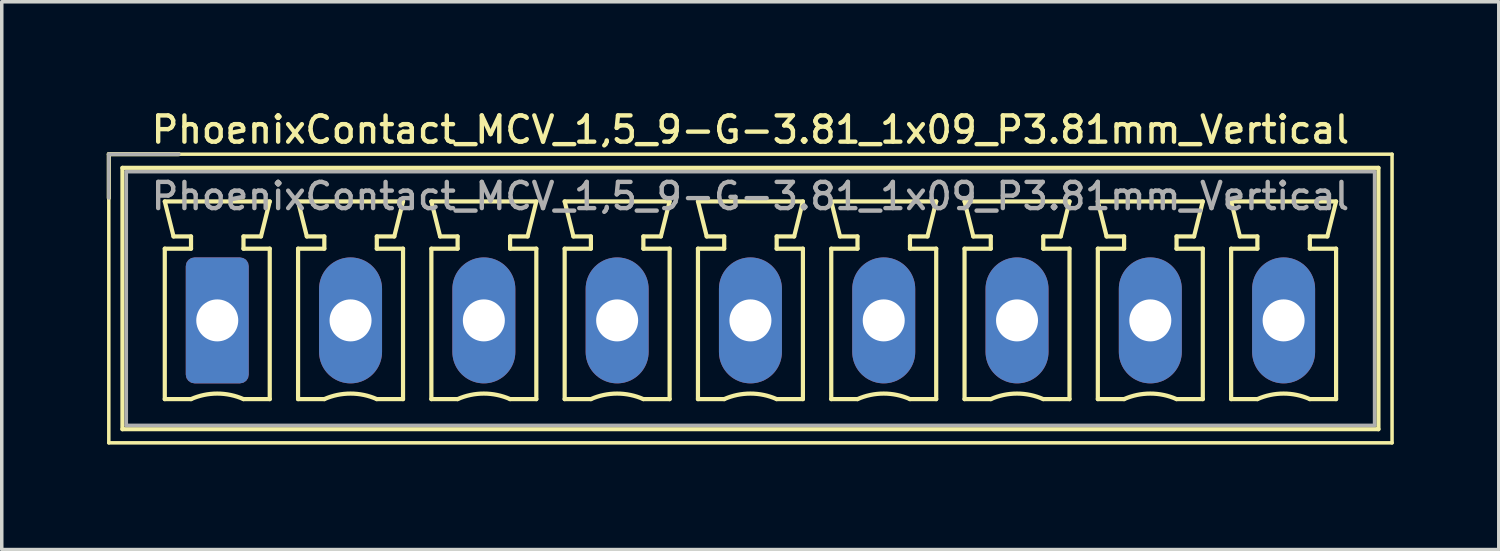
<source format=kicad_pcb>
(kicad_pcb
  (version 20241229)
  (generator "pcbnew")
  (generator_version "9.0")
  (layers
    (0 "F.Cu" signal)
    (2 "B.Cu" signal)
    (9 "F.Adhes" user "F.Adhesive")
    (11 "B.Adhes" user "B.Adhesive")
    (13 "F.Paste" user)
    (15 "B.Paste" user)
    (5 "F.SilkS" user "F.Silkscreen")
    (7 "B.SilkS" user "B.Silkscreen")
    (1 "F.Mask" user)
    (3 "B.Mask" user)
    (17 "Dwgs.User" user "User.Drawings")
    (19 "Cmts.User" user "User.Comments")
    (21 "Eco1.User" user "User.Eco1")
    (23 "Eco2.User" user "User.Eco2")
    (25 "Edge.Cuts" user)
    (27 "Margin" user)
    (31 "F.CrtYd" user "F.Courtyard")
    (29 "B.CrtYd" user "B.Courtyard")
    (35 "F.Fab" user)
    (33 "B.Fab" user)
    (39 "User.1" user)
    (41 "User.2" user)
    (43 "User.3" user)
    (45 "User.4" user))
  (footprint "PhoenixContact_MCV_1,5_9-G-3.81_1x09_P3.81mm_Vertical"
    (layer "F.Cu")
    (at 3.16 6.108)
    (property "Reference" "PhoenixContact_MCV_1,5_9-G-3.81_1x09_P3.81mm_Vertical" (at 15.24 -5.45 0) (layer "F.SilkS") (effects (font (size 0.75 0.75) (thickness 0.125))))
    (attr through_hole)
    (fp_line (start -3.1 -4.75) (end -3.1 3.5) (stroke (width 0.1) (type solid)) (layer "F.SilkS"))
    (fp_line (start -3.1 -4.75) (end -1.1 -4.75) (stroke (width 0.12) (type solid)) (layer "F.SilkS"))
    (fp_line (start -3.1 -3.5) (end -3.1 -4.75) (stroke (width 0.12) (type solid)) (layer "F.SilkS"))
    (fp_line (start -3.1 3.5) (end 33.58 3.5) (stroke (width 0.1) (type solid)) (layer "F.SilkS"))
    (fp_line (start -2.71 -4.36) (end -2.71 3.11) (stroke (width 0.12) (type solid)) (layer "F.SilkS"))
    (fp_line (start -2.71 3.11) (end 33.19 3.11) (stroke (width 0.12) (type solid)) (layer "F.SilkS"))
    (fp_line (start -1.5 -3.4) (end 1.5 -3.4) (stroke (width 0.12) (type solid)) (layer "F.SilkS"))
    (fp_line (start -1.5 -2.05) (end -0.75 -2.05) (stroke (width 0.12) (type solid)) (layer "F.SilkS"))
    (fp_line (start -1.5 2.25) (end -1.5 -2.05) (stroke (width 0.12) (type solid)) (layer "F.SilkS"))
    (fp_line (start -1.25 -2.4) (end -1.5 -3.4) (stroke (width 0.12) (type solid)) (layer "F.SilkS"))
    (fp_line (start -0.75 -2.4) (end -1.25 -2.4) (stroke (width 0.12) (type solid)) (layer "F.SilkS"))
    (fp_line (start -0.75 -2.05) (end -0.75 -2.4) (stroke (width 0.12) (type solid)) (layer "F.SilkS"))
    (fp_line (start -0.75 2.25) (end -1.5 2.25) (stroke (width 0.12) (type solid)) (layer "F.SilkS"))
    (fp_line (start 0.75 -2.4) (end 0.75 -2.05) (stroke (width 0.12) (type solid)) (layer "F.SilkS"))
    (fp_line (start 0.75 -2.05) (end 1.5 -2.05) (stroke (width 0.12) (type solid)) (layer "F.SilkS"))
    (fp_line (start 1.25 -2.4) (end 0.75 -2.4) (stroke (width 0.12) (type solid)) (layer "F.SilkS"))
    (fp_line (start 1.5 -3.4) (end 1.25 -2.4) (stroke (width 0.12) (type solid)) (layer "F.SilkS"))
    (fp_line (start 1.5 -2.05) (end 1.5 2.25) (stroke (width 0.12) (type solid)) (layer "F.SilkS"))
    (fp_line (start 1.5 2.25) (end 0.75 2.25) (stroke (width 0.12) (type solid)) (layer "F.SilkS"))
    (fp_line (start 2.31 -3.4) (end 5.31 -3.4) (stroke (width 0.12) (type solid)) (layer "F.SilkS"))
    (fp_line (start 2.31 -2.05) (end 3.06 -2.05) (stroke (width 0.12) (type solid)) (layer "F.SilkS"))
    (fp_line (start 2.31 2.25) (end 2.31 -2.05) (stroke (width 0.12) (type solid)) (layer "F.SilkS"))
    (fp_line (start 2.56 -2.4) (end 2.31 -3.4) (stroke (width 0.12) (type solid)) (layer "F.SilkS"))
    (fp_line (start 3.06 -2.4) (end 2.56 -2.4) (stroke (width 0.12) (type solid)) (layer "F.SilkS"))
    (fp_line (start 3.06 -2.05) (end 3.06 -2.4) (stroke (width 0.12) (type solid)) (layer "F.SilkS"))
    (fp_line (start 3.06 2.25) (end 2.31 2.25) (stroke (width 0.12) (type solid)) (layer "F.SilkS"))
    (fp_line (start 4.56 -2.4) (end 4.56 -2.05) (stroke (width 0.12) (type solid)) (layer "F.SilkS"))
    (fp_line (start 4.56 -2.05) (end 5.31 -2.05) (stroke (width 0.12) (type solid)) (layer "F.SilkS"))
    (fp_line (start 5.06 -2.4) (end 4.56 -2.4) (stroke (width 0.12) (type solid)) (layer "F.SilkS"))
    (fp_line (start 5.31 -3.4) (end 5.06 -2.4) (stroke (width 0.12) (type solid)) (layer "F.SilkS"))
    (fp_line (start 5.31 -2.05) (end 5.31 2.25) (stroke (width 0.12) (type solid)) (layer "F.SilkS"))
    (fp_line (start 5.31 2.25) (end 4.56 2.25) (stroke (width 0.12) (type solid)) (layer "F.SilkS"))
    (fp_line (start 6.12 -3.4) (end 9.12 -3.4) (stroke (width 0.12) (type solid)) (layer "F.SilkS"))
    (fp_line (start 6.12 -2.05) (end 6.87 -2.05) (stroke (width 0.12) (type solid)) (layer "F.SilkS"))
    (fp_line (start 6.12 2.25) (end 6.12 -2.05) (stroke (width 0.12) (type solid)) (layer "F.SilkS"))
    (fp_line (start 6.37 -2.4) (end 6.12 -3.4) (stroke (width 0.12) (type solid)) (layer "F.SilkS"))
    (fp_line (start 6.87 -2.4) (end 6.37 -2.4) (stroke (width 0.12) (type solid)) (layer "F.SilkS"))
    (fp_line (start 6.87 -2.05) (end 6.87 -2.4) (stroke (width 0.12) (type solid)) (layer "F.SilkS"))
    (fp_line (start 6.87 2.25) (end 6.12 2.25) (stroke (width 0.12) (type solid)) (layer "F.SilkS"))
    (fp_line (start 8.37 -2.4) (end 8.37 -2.05) (stroke (width 0.12) (type solid)) (layer "F.SilkS"))
    (fp_line (start 8.37 -2.05) (end 9.12 -2.05) (stroke (width 0.12) (type solid)) (layer "F.SilkS"))
    (fp_line (start 8.87 -2.4) (end 8.37 -2.4) (stroke (width 0.12) (type solid)) (layer "F.SilkS"))
    (fp_line (start 9.12 -3.4) (end 8.87 -2.4) (stroke (width 0.12) (type solid)) (layer "F.SilkS"))
    (fp_line (start 9.12 -2.05) (end 9.12 2.25) (stroke (width 0.12) (type solid)) (layer "F.SilkS"))
    (fp_line (start 9.12 2.25) (end 8.37 2.25) (stroke (width 0.12) (type solid)) (layer "F.SilkS"))
    (fp_line (start 9.93 -3.4) (end 12.93 -3.4) (stroke (width 0.12) (type solid)) (layer "F.SilkS"))
    (fp_line (start 9.93 -2.05) (end 10.68 -2.05) (stroke (width 0.12) (type solid)) (layer "F.SilkS"))
    (fp_line (start 9.93 2.25) (end 9.93 -2.05) (stroke (width 0.12) (type solid)) (layer "F.SilkS"))
    (fp_line (start 10.18 -2.4) (end 9.93 -3.4) (stroke (width 0.12) (type solid)) (layer "F.SilkS"))
    (fp_line (start 10.68 -2.4) (end 10.18 -2.4) (stroke (width 0.12) (type solid)) (layer "F.SilkS"))
    (fp_line (start 10.68 -2.05) (end 10.68 -2.4) (stroke (width 0.12) (type solid)) (layer "F.SilkS"))
    (fp_line (start 10.68 2.25) (end 9.93 2.25) (stroke (width 0.12) (type solid)) (layer "F.SilkS"))
    (fp_line (start 12.18 -2.4) (end 12.18 -2.05) (stroke (width 0.12) (type solid)) (layer "F.SilkS"))
    (fp_line (start 12.18 -2.05) (end 12.93 -2.05) (stroke (width 0.12) (type solid)) (layer "F.SilkS"))
    (fp_line (start 12.68 -2.4) (end 12.18 -2.4) (stroke (width 0.12) (type solid)) (layer "F.SilkS"))
    (fp_line (start 12.93 -3.4) (end 12.68 -2.4) (stroke (width 0.12) (type solid)) (layer "F.SilkS"))
    (fp_line (start 12.93 -2.05) (end 12.93 2.25) (stroke (width 0.12) (type solid)) (layer "F.SilkS"))
    (fp_line (start 12.93 2.25) (end 12.18 2.25) (stroke (width 0.12) (type solid)) (layer "F.SilkS"))
    (fp_line (start 13.74 -3.4) (end 16.74 -3.4) (stroke (width 0.12) (type solid)) (layer "F.SilkS"))
    (fp_line (start 13.74 -2.05) (end 14.49 -2.05) (stroke (width 0.12) (type solid)) (layer "F.SilkS"))
    (fp_line (start 13.74 2.25) (end 13.74 -2.05) (stroke (width 0.12) (type solid)) (layer "F.SilkS"))
    (fp_line (start 13.99 -2.4) (end 13.74 -3.4) (stroke (width 0.12) (type solid)) (layer "F.SilkS"))
    (fp_line (start 14.49 -2.4) (end 13.99 -2.4) (stroke (width 0.12) (type solid)) (layer "F.SilkS"))
    (fp_line (start 14.49 -2.05) (end 14.49 -2.4) (stroke (width 0.12) (type solid)) (layer "F.SilkS"))
    (fp_line (start 14.49 2.25) (end 13.74 2.25) (stroke (width 0.12) (type solid)) (layer "F.SilkS"))
    (fp_line (start 15.99 -2.4) (end 15.99 -2.05) (stroke (width 0.12) (type solid)) (layer "F.SilkS"))
    (fp_line (start 15.99 -2.05) (end 16.74 -2.05) (stroke (width 0.12) (type solid)) (layer "F.SilkS"))
    (fp_line (start 16.49 -2.4) (end 15.99 -2.4) (stroke (width 0.12) (type solid)) (layer "F.SilkS"))
    (fp_line (start 16.74 -3.4) (end 16.49 -2.4) (stroke (width 0.12) (type solid)) (layer "F.SilkS"))
    (fp_line (start 16.74 -2.05) (end 16.74 2.25) (stroke (width 0.12) (type solid)) (layer "F.SilkS"))
    (fp_line (start 16.74 2.25) (end 15.99 2.25) (stroke (width 0.12) (type solid)) (layer "F.SilkS"))
    (fp_line (start 17.55 -3.4) (end 20.55 -3.4) (stroke (width 0.12) (type solid)) (layer "F.SilkS"))
    (fp_line (start 17.55 -2.05) (end 18.3 -2.05) (stroke (width 0.12) (type solid)) (layer "F.SilkS"))
    (fp_line (start 17.55 2.25) (end 17.55 -2.05) (stroke (width 0.12) (type solid)) (layer "F.SilkS"))
    (fp_line (start 17.8 -2.4) (end 17.55 -3.4) (stroke (width 0.12) (type solid)) (layer "F.SilkS"))
    (fp_line (start 18.3 -2.4) (end 17.8 -2.4) (stroke (width 0.12) (type solid)) (layer "F.SilkS"))
    (fp_line (start 18.3 -2.05) (end 18.3 -2.4) (stroke (width 0.12) (type solid)) (layer "F.SilkS"))
    (fp_line (start 18.3 2.25) (end 17.55 2.25) (stroke (width 0.12) (type solid)) (layer "F.SilkS"))
    (fp_line (start 19.8 -2.4) (end 19.8 -2.05) (stroke (width 0.12) (type solid)) (layer "F.SilkS"))
    (fp_line (start 19.8 -2.05) (end 20.55 -2.05) (stroke (width 0.12) (type solid)) (layer "F.SilkS"))
    (fp_line (start 20.3 -2.4) (end 19.8 -2.4) (stroke (width 0.12) (type solid)) (layer "F.SilkS"))
    (fp_line (start 20.55 -3.4) (end 20.3 -2.4) (stroke (width 0.12) (type solid)) (layer "F.SilkS"))
    (fp_line (start 20.55 -2.05) (end 20.55 2.25) (stroke (width 0.12) (type solid)) (layer "F.SilkS"))
    (fp_line (start 20.55 2.25) (end 19.8 2.25) (stroke (width 0.12) (type solid)) (layer "F.SilkS"))
    (fp_line (start 21.36 -3.4) (end 24.36 -3.4) (stroke (width 0.12) (type solid)) (layer "F.SilkS"))
    (fp_line (start 21.36 -2.05) (end 22.11 -2.05) (stroke (width 0.12) (type solid)) (layer "F.SilkS"))
    (fp_line (start 21.36 2.25) (end 21.36 -2.05) (stroke (width 0.12) (type solid)) (layer "F.SilkS"))
    (fp_line (start 21.61 -2.4) (end 21.36 -3.4) (stroke (width 0.12) (type solid)) (layer "F.SilkS"))
    (fp_line (start 22.11 -2.4) (end 21.61 -2.4) (stroke (width 0.12) (type solid)) (layer "F.SilkS"))
    (fp_line (start 22.11 -2.05) (end 22.11 -2.4) (stroke (width 0.12) (type solid)) (layer "F.SilkS"))
    (fp_line (start 22.11 2.25) (end 21.36 2.25) (stroke (width 0.12) (type solid)) (layer "F.SilkS"))
    (fp_line (start 23.61 -2.4) (end 23.61 -2.05) (stroke (width 0.12) (type solid)) (layer "F.SilkS"))
    (fp_line (start 23.61 -2.05) (end 24.36 -2.05) (stroke (width 0.12) (type solid)) (layer "F.SilkS"))
    (fp_line (start 24.11 -2.4) (end 23.61 -2.4) (stroke (width 0.12) (type solid)) (layer "F.SilkS"))
    (fp_line (start 24.36 -3.4) (end 24.11 -2.4) (stroke (width 0.12) (type solid)) (layer "F.SilkS"))
    (fp_line (start 24.36 -2.05) (end 24.36 2.25) (stroke (width 0.12) (type solid)) (layer "F.SilkS"))
    (fp_line (start 24.36 2.25) (end 23.61 2.25) (stroke (width 0.12) (type solid)) (layer "F.SilkS"))
    (fp_line (start 25.17 -3.4) (end 28.17 -3.4) (stroke (width 0.12) (type solid)) (layer "F.SilkS"))
    (fp_line (start 25.17 -2.05) (end 25.92 -2.05) (stroke (width 0.12) (type solid)) (layer "F.SilkS"))
    (fp_line (start 25.17 2.25) (end 25.17 -2.05) (stroke (width 0.12) (type solid)) (layer "F.SilkS"))
    (fp_line (start 25.42 -2.4) (end 25.17 -3.4) (stroke (width 0.12) (type solid)) (layer "F.SilkS"))
    (fp_line (start 25.92 -2.4) (end 25.42 -2.4) (stroke (width 0.12) (type solid)) (layer "F.SilkS"))
    (fp_line (start 25.92 -2.05) (end 25.92 -2.4) (stroke (width 0.12) (type solid)) (layer "F.SilkS"))
    (fp_line (start 25.92 2.25) (end 25.17 2.25) (stroke (width 0.12) (type solid)) (layer "F.SilkS"))
    (fp_line (start 27.42 -2.4) (end 27.42 -2.05) (stroke (width 0.12) (type solid)) (layer "F.SilkS"))
    (fp_line (start 27.42 -2.05) (end 28.17 -2.05) (stroke (width 0.12) (type solid)) (layer "F.SilkS"))
    (fp_line (start 27.92 -2.4) (end 27.42 -2.4) (stroke (width 0.12) (type solid)) (layer "F.SilkS"))
    (fp_line (start 28.17 -3.4) (end 27.92 -2.4) (stroke (width 0.12) (type solid)) (layer "F.SilkS"))
    (fp_line (start 28.17 -2.05) (end 28.17 2.25) (stroke (width 0.12) (type solid)) (layer "F.SilkS"))
    (fp_line (start 28.17 2.25) (end 27.42 2.25) (stroke (width 0.12) (type solid)) (layer "F.SilkS"))
    (fp_line (start 28.98 -3.4) (end 31.98 -3.4) (stroke (width 0.12) (type solid)) (layer "F.SilkS"))
    (fp_line (start 28.98 -2.05) (end 29.73 -2.05) (stroke (width 0.12) (type solid)) (layer "F.SilkS"))
    (fp_line (start 28.98 2.25) (end 28.98 -2.05) (stroke (width 0.12) (type solid)) (layer "F.SilkS"))
    (fp_line (start 29.23 -2.4) (end 28.98 -3.4) (stroke (width 0.12) (type solid)) (layer "F.SilkS"))
    (fp_line (start 29.73 -2.4) (end 29.23 -2.4) (stroke (width 0.12) (type solid)) (layer "F.SilkS"))
    (fp_line (start 29.73 -2.05) (end 29.73 -2.4) (stroke (width 0.12) (type solid)) (layer "F.SilkS"))
    (fp_line (start 29.73 2.25) (end 28.98 2.25) (stroke (width 0.12) (type solid)) (layer "F.SilkS"))
    (fp_line (start 31.23 -2.4) (end 31.23 -2.05) (stroke (width 0.12) (type solid)) (layer "F.SilkS"))
    (fp_line (start 31.23 -2.05) (end 31.98 -2.05) (stroke (width 0.12) (type solid)) (layer "F.SilkS"))
    (fp_line (start 31.73 -2.4) (end 31.23 -2.4) (stroke (width 0.12) (type solid)) (layer "F.SilkS"))
    (fp_line (start 31.98 -3.4) (end 31.73 -2.4) (stroke (width 0.12) (type solid)) (layer "F.SilkS"))
    (fp_line (start 31.98 -2.05) (end 31.98 2.25) (stroke (width 0.12) (type solid)) (layer "F.SilkS"))
    (fp_line (start 31.98 2.25) (end 31.23 2.25) (stroke (width 0.12) (type solid)) (layer "F.SilkS"))
    (fp_line (start 33.19 -4.36) (end -2.71 -4.36) (stroke (width 0.12) (type solid)) (layer "F.SilkS"))
    (fp_line (start 33.19 3.11) (end 33.19 -4.36) (stroke (width 0.12) (type solid)) (layer "F.SilkS"))
    (fp_line (start 33.58 -4.75) (end -3.1 -4.75) (stroke (width 0.1) (type solid)) (layer "F.SilkS"))
    (fp_line (start 33.58 3.5) (end 33.58 -4.75) (stroke (width 0.1) (type solid)) (layer "F.SilkS"))
    (fp_arc (start -0.75 2.25) (mid -0.000193 2.09191) (end 0.749647 2.249844) (stroke (width 0.12) (type solid)) (layer "F.SilkS"))
    (fp_arc (start 3.06 2.25) (mid 3.809807 2.09191) (end 4.559647 2.249844) (stroke (width 0.12) (type solid)) (layer "F.SilkS"))
    (fp_arc (start 6.87 2.25) (mid 7.619807 2.09191) (end 8.369647 2.249844) (stroke (width 0.12) (type solid)) (layer "F.SilkS"))
    (fp_arc (start 10.68 2.25) (mid 11.429807 2.09191) (end 12.179647 2.249844) (stroke (width 0.12) (type solid)) (layer "F.SilkS"))
    (fp_arc (start 14.49 2.25) (mid 15.239807 2.09191) (end 15.989647 2.249844) (stroke (width 0.12) (type solid)) (layer "F.SilkS"))
    (fp_arc (start 18.3 2.25) (mid 19.049807 2.09191) (end 19.799647 2.249844) (stroke (width 0.12) (type solid)) (layer "F.SilkS"))
    (fp_arc (start 22.11 2.25) (mid 22.859807 2.09191) (end 23.609647 2.249844) (stroke (width 0.12) (type solid)) (layer "F.SilkS"))
    (fp_arc (start 25.92 2.25) (mid 26.669807 2.09191) (end 27.419647 2.249844) (stroke (width 0.12) (type solid)) (layer "F.SilkS"))
    (fp_arc (start 29.73 2.25) (mid 30.479807 2.09191) (end 31.229647 2.249844) (stroke (width 0.12) (type solid)) (layer "F.SilkS"))
    (fp_line (start -3.1 -4.75) (end -1.1 -4.75) (stroke (width 0.1) (type solid)) (layer "F.Fab"))
    (fp_line (start -3.1 -3.5) (end -3.1 -4.75) (stroke (width 0.1) (type solid)) (layer "F.Fab"))
    (fp_line (start -2.6 -4.25) (end -2.6 3) (stroke (width 0.1) (type solid)) (layer "F.Fab"))
    (fp_line (start -2.6 3) (end 33.08 3) (stroke (width 0.1) (type solid)) (layer "F.Fab"))
    (fp_line (start 33.08 -4.25) (end -2.6 -4.25) (stroke (width 0.1) (type solid)) (layer "F.Fab"))
    (fp_line (start 33.08 3) (end 33.08 -4.25) (stroke (width 0.1) (type solid)) (layer "F.Fab"))
    (fp_text user "${REFERENCE}" (at 15.24 -3.55 0) (layer "F.Fab") (effects (font (size 0.75 0.75) (thickness 0.125))))
    (pad "1" thru_hole roundrect (at 0 0) (size 1.8 3.6) (drill 1.2) (layers "*.Cu" "*.Mask") (roundrect_rratio 0.139))
    (pad "2" thru_hole oval (at 3.81 0) (size 1.8 3.6) (drill 1.2) (layers "*.Cu" "*.Mask"))
    (pad "3" thru_hole oval (at 7.62 0) (size 1.8 3.6) (drill 1.2) (layers "*.Cu" "*.Mask"))
    (pad "4" thru_hole oval (at 11.43 0) (size 1.8 3.6) (drill 1.2) (layers "*.Cu" "*.Mask"))
    (pad "5" thru_hole oval (at 15.24 0) (size 1.8 3.6) (drill 1.2) (layers "*.Cu" "*.Mask"))
    (pad "6" thru_hole oval (at 19.05 0) (size 1.8 3.6) (drill 1.2) (layers "*.Cu" "*.Mask"))
    (pad "7" thru_hole oval (at 22.86 0) (size 1.8 3.6) (drill 1.2) (layers "*.Cu" "*.Mask"))
    (pad "8" thru_hole oval (at 26.67 0) (size 1.8 3.6) (drill 1.2) (layers "*.Cu" "*.Mask"))
    (pad "9" thru_hole oval (at 30.48 0) (size 1.8 3.6) (drill 1.2) (layers "*.Cu" "*.Mask")))
  (gr_rect
    (start -3 -3)
    (end 39.79 12.658)
    (stroke (width 0.1) (type default))
    (fill no)
    (layer "Edge.Cuts")))
</source>
